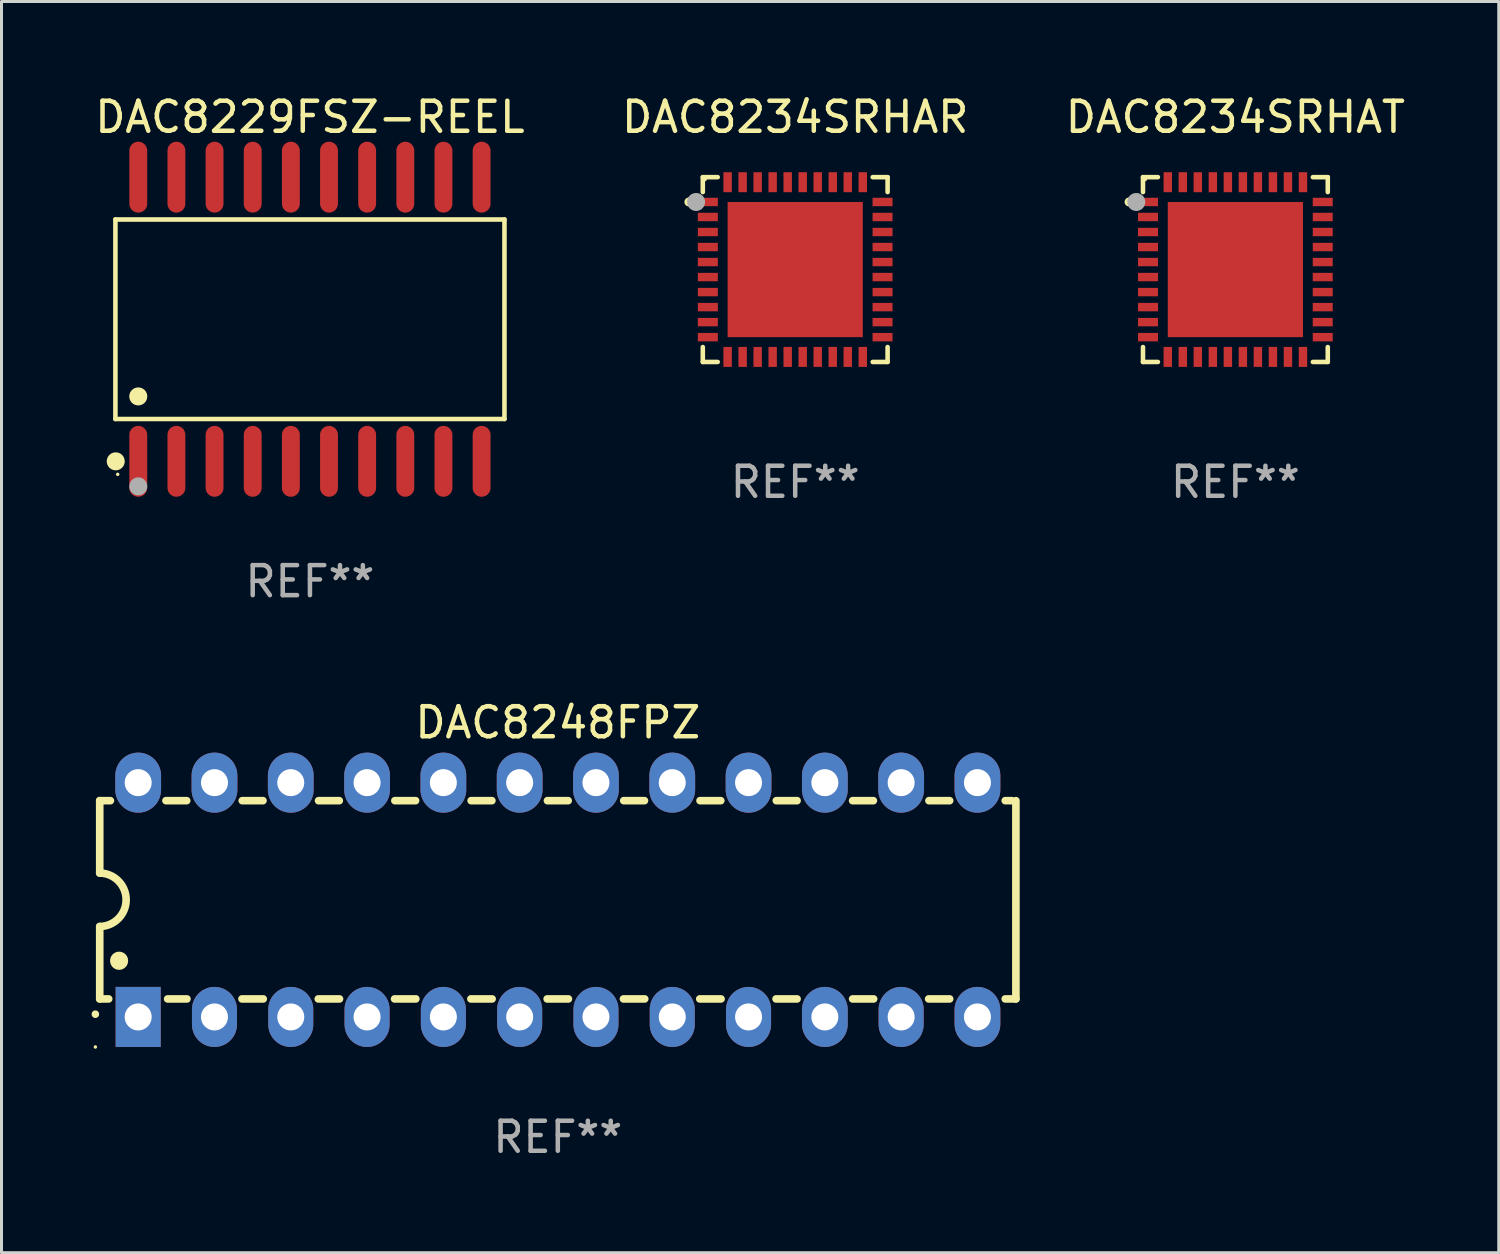
<source format=kicad_pcb>
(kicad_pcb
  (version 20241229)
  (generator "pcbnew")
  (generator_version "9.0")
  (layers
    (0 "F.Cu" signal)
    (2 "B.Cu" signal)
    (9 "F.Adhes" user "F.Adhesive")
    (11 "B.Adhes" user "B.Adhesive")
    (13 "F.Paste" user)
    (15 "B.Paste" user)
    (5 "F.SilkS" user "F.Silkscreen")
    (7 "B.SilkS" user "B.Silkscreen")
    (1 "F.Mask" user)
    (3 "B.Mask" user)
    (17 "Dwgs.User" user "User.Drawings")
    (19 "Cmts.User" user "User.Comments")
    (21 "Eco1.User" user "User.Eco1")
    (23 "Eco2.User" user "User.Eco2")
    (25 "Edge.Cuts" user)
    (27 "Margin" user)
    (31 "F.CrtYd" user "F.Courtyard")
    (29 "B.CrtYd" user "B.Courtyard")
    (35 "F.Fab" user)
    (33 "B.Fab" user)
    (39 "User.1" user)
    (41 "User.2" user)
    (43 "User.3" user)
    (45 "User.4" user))
  (footprint "DAC8229FSZ-REEL"
    (layer "F.Cu")
    (at 7.268 7.578)
    (property "Reference" "DAC8229FSZ-REEL" (at 0 -6.73 0) (layer "F.SilkS") (effects (font (size 1 1) (thickness 0.15))))
    (attr through_hole)
    (fp_line (start -6.476 -3.321) (end 6.476 -3.321) (stroke (width 0.152) (type solid)) (layer "F.SilkS"))
    (fp_line (start -6.476 3.321) (end -6.476 -3.321) (stroke (width 0.152) (type solid)) (layer "F.SilkS"))
    (fp_line (start 6.476 -3.321) (end 6.476 3.321) (stroke (width 0.152) (type solid)) (layer "F.SilkS"))
    (fp_line (start 6.476 3.321) (end -6.476 3.321) (stroke (width 0.152) (type solid)) (layer "F.SilkS"))
    (fp_circle (center -6.465 4.73) (end -6.315 4.73) (stroke (width 0.3) (type solid)) (fill no) (layer "F.SilkS"))
    (fp_circle (center -6.4 5.163) (end -6.37 5.163) (stroke (width 0.06) (type solid)) (fill no) (layer "F.SilkS"))
    (fp_circle (center -5.715 2.569) (end -5.565 2.569) (stroke (width 0.3) (type solid)) (fill no) (layer "F.SilkS"))
    (fp_circle (center -5.715 5.563) (end -5.565 5.563) (stroke (width 0.3) (type solid)) (fill no) (layer "F.Fab"))
    (fp_text user "REF**" (at 0 8.73 0) (layer "F.Fab") (effects (font (size 1 1) (thickness 0.15))))
    (pad "1" smd oval (at -5.715 4.73) (size 0.595 2.36) (layers "F.Cu" "F.Mask" "F.Paste"))
    (pad "2" smd oval (at -4.445 4.73) (size 0.595 2.36) (layers "F.Cu" "F.Mask" "F.Paste"))
    (pad "3" smd oval (at -3.175 4.73) (size 0.595 2.36) (layers "F.Cu" "F.Mask" "F.Paste"))
    (pad "4" smd oval (at -1.905 4.73) (size 0.595 2.36) (layers "F.Cu" "F.Mask" "F.Paste"))
    (pad "5" smd oval (at -0.635 4.73) (size 0.595 2.36) (layers "F.Cu" "F.Mask" "F.Paste"))
    (pad "6" smd oval (at 0.635 4.73) (size 0.595 2.36) (layers "F.Cu" "F.Mask" "F.Paste"))
    (pad "7" smd oval (at 1.905 4.73) (size 0.595 2.36) (layers "F.Cu" "F.Mask" "F.Paste"))
    (pad "8" smd oval (at 3.175 4.73) (size 0.595 2.36) (layers "F.Cu" "F.Mask" "F.Paste"))
    (pad "9" smd oval (at 4.445 4.73) (size 0.595 2.36) (layers "F.Cu" "F.Mask" "F.Paste"))
    (pad "10" smd oval (at 5.715 4.73) (size 0.595 2.36) (layers "F.Cu" "F.Mask" "F.Paste"))
    (pad "11" smd oval (at 5.715 -4.73) (size 0.595 2.36) (layers "F.Cu" "F.Mask" "F.Paste"))
    (pad "12" smd oval (at 4.445 -4.73) (size 0.595 2.36) (layers "F.Cu" "F.Mask" "F.Paste"))
    (pad "13" smd oval (at 3.175 -4.73) (size 0.595 2.36) (layers "F.Cu" "F.Mask" "F.Paste"))
    (pad "14" smd oval (at 1.905 -4.73) (size 0.595 2.36) (layers "F.Cu" "F.Mask" "F.Paste"))
    (pad "15" smd oval (at 0.635 -4.73) (size 0.595 2.36) (layers "F.Cu" "F.Mask" "F.Paste"))
    (pad "16" smd oval (at -0.635 -4.73) (size 0.595 2.36) (layers "F.Cu" "F.Mask" "F.Paste"))
    (pad "17" smd oval (at -1.905 -4.73) (size 0.595 2.36) (layers "F.Cu" "F.Mask" "F.Paste"))
    (pad "18" smd oval (at -3.175 -4.73) (size 0.595 2.36) (layers "F.Cu" "F.Mask" "F.Paste"))
    (pad "19" smd oval (at -4.445 -4.73) (size 0.595 2.36) (layers "F.Cu" "F.Mask" "F.Paste"))
    (pad "20" smd oval (at -5.715 -4.73) (size 0.595 2.36) (layers "F.Cu" "F.Mask" "F.Paste")))
  (footprint "DAC8234SRHAR"
    (layer "F.Cu")
    (at 23.423 5.924)
    (property "Reference" "DAC8234SRHAR" (at 0 -5.076 0) (layer "F.SilkS") (effects (font (size 1 1) (thickness 0.15))))
    (attr through_hole)
    (fp_line (start -3.076 -3.076) (end -3.076 -2.58) (stroke (width 0.152) (type solid)) (layer "F.SilkS"))
    (fp_line (start -3.076 3.076) (end -3.076 2.58) (stroke (width 0.152) (type solid)) (layer "F.SilkS"))
    (fp_line (start -2.58 -3.076) (end -3.076 -3.076) (stroke (width 0.152) (type solid)) (layer "F.SilkS"))
    (fp_line (start -2.58 3.076) (end -3.076 3.076) (stroke (width 0.152) (type solid)) (layer "F.SilkS"))
    (fp_line (start 2.58 -3.076) (end 3.076 -3.076) (stroke (width 0.152) (type solid)) (layer "F.SilkS"))
    (fp_line (start 2.58 3.076) (end 3.076 3.076) (stroke (width 0.152) (type solid)) (layer "F.SilkS"))
    (fp_line (start 3.076 -3.076) (end 3.076 -2.58) (stroke (width 0.152) (type solid)) (layer "F.SilkS"))
    (fp_line (start 3.076 3.076) (end 3.076 2.58) (stroke (width 0.152) (type solid)) (layer "F.SilkS"))
    (fp_circle (center -3.54 -2.25) (end -3.465 -2.25) (stroke (width 0.15) (type solid)) (fill no) (layer "F.SilkS"))
    (fp_circle (center -3 -3) (end -2.97 -3) (stroke (width 0.06) (type solid)) (fill no) (layer "F.SilkS"))
    (fp_circle (center -3.3 -2.25) (end -3.15 -2.25) (stroke (width 0.3) (type solid)) (fill no) (layer "F.Fab"))
    (fp_text user "REF**" (at 0 7.076 0) (layer "F.Fab") (effects (font (size 1 1) (thickness 0.15))))
    (pad "1" smd rect (at -2.908 -2.25) (size 0.665 0.28) (layers "F.Cu" "F.Mask" "F.Paste"))
    (pad "2" smd rect (at -2.908 -1.75) (size 0.665 0.28) (layers "F.Cu" "F.Mask" "F.Paste"))
    (pad "3" smd rect (at -2.908 -1.25) (size 0.665 0.28) (layers "F.Cu" "F.Mask" "F.Paste"))
    (pad "4" smd rect (at -2.908 -0.75) (size 0.665 0.28) (layers "F.Cu" "F.Mask" "F.Paste"))
    (pad "5" smd rect (at -2.908 -0.25) (size 0.665 0.28) (layers "F.Cu" "F.Mask" "F.Paste"))
    (pad "6" smd rect (at -2.908 0.25) (size 0.665 0.28) (layers "F.Cu" "F.Mask" "F.Paste"))
    (pad "7" smd rect (at -2.908 0.75) (size 0.665 0.28) (layers "F.Cu" "F.Mask" "F.Paste"))
    (pad "8" smd rect (at -2.908 1.25) (size 0.665 0.28) (layers "F.Cu" "F.Mask" "F.Paste"))
    (pad "9" smd rect (at -2.908 1.75) (size 0.665 0.28) (layers "F.Cu" "F.Mask" "F.Paste"))
    (pad "10" smd rect (at -2.908 2.25) (size 0.665 0.28) (layers "F.Cu" "F.Mask" "F.Paste"))
    (pad "11" smd rect (at -2.25 2.908) (size 0.28 0.665) (layers "F.Cu" "F.Mask" "F.Paste"))
    (pad "12" smd rect (at -1.75 2.908) (size 0.28 0.665) (layers "F.Cu" "F.Mask" "F.Paste"))
    (pad "13" smd rect (at -1.25 2.908) (size 0.28 0.665) (layers "F.Cu" "F.Mask" "F.Paste"))
    (pad "14" smd rect (at -0.75 2.908) (size 0.28 0.665) (layers "F.Cu" "F.Mask" "F.Paste"))
    (pad "15" smd rect (at -0.25 2.908) (size 0.28 0.665) (layers "F.Cu" "F.Mask" "F.Paste"))
    (pad "16" smd rect (at 0.25 2.908) (size 0.28 0.665) (layers "F.Cu" "F.Mask" "F.Paste"))
    (pad "17" smd rect (at 0.75 2.908) (size 0.28 0.665) (layers "F.Cu" "F.Mask" "F.Paste"))
    (pad "18" smd rect (at 1.25 2.908) (size 0.28 0.665) (layers "F.Cu" "F.Mask" "F.Paste"))
    (pad "19" smd rect (at 1.75 2.908) (size 0.28 0.665) (layers "F.Cu" "F.Mask" "F.Paste"))
    (pad "20" smd rect (at 2.25 2.908) (size 0.28 0.665) (layers "F.Cu" "F.Mask" "F.Paste"))
    (pad "21" smd rect (at 2.908 2.25) (size 0.665 0.28) (layers "F.Cu" "F.Mask" "F.Paste"))
    (pad "22" smd rect (at 2.908 1.75) (size 0.665 0.28) (layers "F.Cu" "F.Mask" "F.Paste"))
    (pad "23" smd rect (at 2.908 1.25) (size 0.665 0.28) (layers "F.Cu" "F.Mask" "F.Paste"))
    (pad "24" smd rect (at 2.908 0.75) (size 0.665 0.28) (layers "F.Cu" "F.Mask" "F.Paste"))
    (pad "25" smd rect (at 2.908 0.25) (size 0.665 0.28) (layers "F.Cu" "F.Mask" "F.Paste"))
    (pad "26" smd rect (at 2.908 -0.25) (size 0.665 0.28) (layers "F.Cu" "F.Mask" "F.Paste"))
    (pad "27" smd rect (at 2.908 -0.75) (size 0.665 0.28) (layers "F.Cu" "F.Mask" "F.Paste"))
    (pad "28" smd rect (at 2.908 -1.25) (size 0.665 0.28) (layers "F.Cu" "F.Mask" "F.Paste"))
    (pad "29" smd rect (at 2.908 -1.75) (size 0.665 0.28) (layers "F.Cu" "F.Mask" "F.Paste"))
    (pad "30" smd rect (at 2.908 -2.25) (size 0.665 0.28) (layers "F.Cu" "F.Mask" "F.Paste"))
    (pad "31" smd rect (at 2.25 -2.908) (size 0.28 0.665) (layers "F.Cu" "F.Mask" "F.Paste"))
    (pad "32" smd rect (at 1.75 -2.908) (size 0.28 0.665) (layers "F.Cu" "F.Mask" "F.Paste"))
    (pad "33" smd rect (at 1.25 -2.908) (size 0.28 0.665) (layers "F.Cu" "F.Mask" "F.Paste"))
    (pad "34" smd rect (at 0.75 -2.908) (size 0.28 0.665) (layers "F.Cu" "F.Mask" "F.Paste"))
    (pad "35" smd rect (at 0.25 -2.908) (size 0.28 0.665) (layers "F.Cu" "F.Mask" "F.Paste"))
    (pad "36" smd rect (at -0.25 -2.908) (size 0.28 0.665) (layers "F.Cu" "F.Mask" "F.Paste"))
    (pad "37" smd rect (at -0.75 -2.908) (size 0.28 0.665) (layers "F.Cu" "F.Mask" "F.Paste"))
    (pad "38" smd rect (at -1.25 -2.908) (size 0.28 0.665) (layers "F.Cu" "F.Mask" "F.Paste"))
    (pad "39" smd rect (at -1.75 -2.908) (size 0.28 0.665) (layers "F.Cu" "F.Mask" "F.Paste"))
    (pad "40" smd rect (at -2.25 -2.908) (size 0.28 0.665) (layers "F.Cu" "F.Mask" "F.Paste"))
    (pad "41" smd rect (at 0 0) (size 4.5 4.5) (layers "F.Cu" "F.Mask" "F.Paste")))
  (footprint "DAC8248FPZ"
    (layer "F.Cu")
    (at 15.52 26.905)
    (property "Reference" "DAC8248FPZ" (at 0 -5.9 0) (layer "F.SilkS") (effects (font (size 1 1) (thickness 0.15))))
    (attr through_hole)
    (fp_line (start -15.25 -3.3) (end -15.25 -0.889) (stroke (width 0.254) (type solid)) (layer "F.SilkS"))
    (fp_line (start -15.25 -3.3) (end -14.895 -3.3) (stroke (width 0.254) (type solid)) (layer "F.SilkS"))
    (fp_line (start -15.25 3.3) (end -15.25 0.889) (stroke (width 0.254) (type solid)) (layer "F.SilkS"))
    (fp_line (start -15.25 3.3) (end -14.951 3.3) (stroke (width 0.254) (type solid)) (layer "F.SilkS"))
    (fp_line (start -13.045 -3.3) (end -12.355 -3.3) (stroke (width 0.254) (type solid)) (layer "F.SilkS"))
    (fp_line (start -12.989 3.3) (end -12.347 3.3) (stroke (width 0.254) (type solid)) (layer "F.SilkS"))
    (fp_line (start -10.514 3.3) (end -9.807 3.3) (stroke (width 0.254) (type solid)) (layer "F.SilkS"))
    (fp_line (start -10.505 -3.3) (end -9.815 -3.3) (stroke (width 0.254) (type solid)) (layer "F.SilkS"))
    (fp_line (start -7.974 3.3) (end -7.267 3.3) (stroke (width 0.254) (type solid)) (layer "F.SilkS"))
    (fp_line (start -7.965 -3.3) (end -7.275 -3.3) (stroke (width 0.254) (type solid)) (layer "F.SilkS"))
    (fp_line (start -5.434 3.3) (end -4.727 3.3) (stroke (width 0.254) (type solid)) (layer "F.SilkS"))
    (fp_line (start -5.425 -3.3) (end -4.735 -3.3) (stroke (width 0.254) (type solid)) (layer "F.SilkS"))
    (fp_line (start -2.894 3.3) (end -2.187 3.3) (stroke (width 0.254) (type solid)) (layer "F.SilkS"))
    (fp_line (start -2.885 -3.3) (end -2.195 -3.3) (stroke (width 0.254) (type solid)) (layer "F.SilkS"))
    (fp_line (start -0.354 3.3) (end 0.353 3.3) (stroke (width 0.254) (type solid)) (layer "F.SilkS"))
    (fp_line (start -0.345 -3.3) (end 0.345 -3.3) (stroke (width 0.254) (type solid)) (layer "F.SilkS"))
    (fp_line (start 2.186 3.3) (end 2.893 3.3) (stroke (width 0.254) (type solid)) (layer "F.SilkS"))
    (fp_line (start 2.195 -3.3) (end 2.885 -3.3) (stroke (width 0.254) (type solid)) (layer "F.SilkS"))
    (fp_line (start 4.726 3.3) (end 5.434 3.3) (stroke (width 0.254) (type solid)) (layer "F.SilkS"))
    (fp_line (start 4.735 -3.3) (end 5.425 -3.3) (stroke (width 0.254) (type solid)) (layer "F.SilkS"))
    (fp_line (start 7.266 3.3) (end 7.965 3.3) (stroke (width 0.254) (type solid)) (layer "F.SilkS"))
    (fp_line (start 7.275 -3.3) (end 7.965 -3.3) (stroke (width 0.254) (type solid)) (layer "F.SilkS"))
    (fp_line (start 9.815 -3.3) (end 10.505 -3.3) (stroke (width 0.254) (type solid)) (layer "F.SilkS"))
    (fp_line (start 9.815 3.3) (end 10.514 3.3) (stroke (width 0.254) (type solid)) (layer "F.SilkS"))
    (fp_line (start 12.346 3.3) (end 13.045 3.3) (stroke (width 0.254) (type solid)) (layer "F.SilkS"))
    (fp_line (start 12.355 -3.3) (end 13.045 -3.3) (stroke (width 0.254) (type solid)) (layer "F.SilkS"))
    (fp_line (start 14.895 -3.3) (end 15.113 -3.3) (stroke (width 0.254) (type solid)) (layer "F.SilkS"))
    (fp_line (start 14.895 3.3) (end 15.25 3.3) (stroke (width 0.254) (type solid)) (layer "F.SilkS"))
    (fp_line (start 15.25 -3.3) (end 15.25 3.3) (stroke (width 0.254) (type solid)) (layer "F.SilkS"))
    (fp_arc (start -15.394971 3.810033) (mid -15.394978 3.808763) (end -15.394971 3.807493) (stroke (width 0.25) (type solid)) (layer "F.SilkS"))
    (fp_arc (start -15.251053 -0.890146) (mid -14.361467 -0.001067) (end -15.250038 0.889027) (stroke (width 0.254001) (type solid)) (layer "F.SilkS"))
    (fp_arc (start -14.605029 2.032029) (mid -14.60504 2.029489) (end -14.605029 2.026949) (stroke (width 0.6) (type solid)) (layer "F.SilkS"))
    (fp_circle (center -15.395 4.9) (end -15.365 4.9) (stroke (width 0.06) (type solid)) (fill no) (layer "F.SilkS"))
    (fp_text user "REF**" (at 0 7.9 0) (layer "F.Fab") (effects (font (size 1 1) (thickness 0.15))))
    (pad "1" thru_hole rect (at -13.97 3.9 90) (size 2 1.5) (drill 0.9) (layers "*.Cu" "*.Mask"))
    (pad "2" thru_hole oval (at -11.43 3.9 90) (size 2 1.5) (drill 0.9) (layers "*.Cu" "*.Mask"))
    (pad "3" thru_hole oval (at -8.89 3.9 90) (size 2 1.5) (drill 0.9) (layers "*.Cu" "*.Mask"))
    (pad "4" thru_hole oval (at -6.35 3.9 90) (size 2 1.5) (drill 0.9) (layers "*.Cu" "*.Mask"))
    (pad "5" thru_hole oval (at -3.81 3.9 90) (size 2 1.5) (drill 0.9) (layers "*.Cu" "*.Mask"))
    (pad "6" thru_hole oval (at -1.27 3.9 90) (size 2 1.5) (drill 0.9) (layers "*.Cu" "*.Mask"))
    (pad "7" thru_hole oval (at 1.27 3.9 90) (size 2 1.5) (drill 0.9) (layers "*.Cu" "*.Mask"))
    (pad "8" thru_hole oval (at 3.81 3.9 90) (size 2 1.5) (drill 0.9) (layers "*.Cu" "*.Mask"))
    (pad "9" thru_hole oval (at 6.35 3.9 90) (size 2 1.5) (drill 0.9) (layers "*.Cu" "*.Mask"))
    (pad "10" thru_hole oval (at 8.89 3.9 90) (size 2 1.524) (drill 0.9) (layers "*.Cu" "*.Mask"))
    (pad "11" thru_hole oval (at 11.43 3.9 90) (size 2 1.5) (drill 0.9) (layers "*.Cu" "*.Mask"))
    (pad "12" thru_hole oval (at 13.97 3.9 90) (size 2 1.524) (drill 0.9) (layers "*.Cu" "*.Mask"))
    (pad "13" thru_hole oval (at 13.97 -3.9 90) (size 2 1.524) (drill 0.9) (layers "*.Cu" "*.Mask"))
    (pad "14" thru_hole oval (at 11.43 -3.9 90) (size 2 1.524) (drill 0.9) (layers "*.Cu" "*.Mask"))
    (pad "15" thru_hole oval (at 8.89 -3.9 90) (size 2 1.524) (drill 0.9) (layers "*.Cu" "*.Mask"))
    (pad "16" thru_hole oval (at 6.35 -3.9 90) (size 2 1.524) (drill 0.9) (layers "*.Cu" "*.Mask"))
    (pad "17" thru_hole oval (at 3.81 -3.9 90) (size 2 1.524) (drill 0.9) (layers "*.Cu" "*.Mask"))
    (pad "18" thru_hole oval (at 1.27 -3.9 90) (size 2 1.524) (drill 0.9) (layers "*.Cu" "*.Mask"))
    (pad "19" thru_hole oval (at -1.27 -3.9 90) (size 2 1.524) (drill 0.9) (layers "*.Cu" "*.Mask"))
    (pad "20" thru_hole oval (at -3.81 -3.9 90) (size 2 1.524) (drill 0.9) (layers "*.Cu" "*.Mask"))
    (pad "21" thru_hole oval (at -6.35 -3.9 90) (size 2 1.524) (drill 0.9) (layers "*.Cu" "*.Mask"))
    (pad "22" thru_hole oval (at -8.89 -3.9 90) (size 2 1.524) (drill 0.9) (layers "*.Cu" "*.Mask"))
    (pad "23" thru_hole oval (at -11.43 -3.9 90) (size 2 1.524) (drill 0.9) (layers "*.Cu" "*.Mask"))
    (pad "24" thru_hole oval (at -13.97 -3.9 90) (size 2 1.524) (drill 0.9) (layers "*.Cu" "*.Mask")))
  (footprint "DAC8234SRHAT"
    (layer "F.Cu")
    (at 38.077 5.924)
    (property "Reference" "DAC8234SRHAT" (at 0 -5.076 0) (layer "F.SilkS") (effects (font (size 1 1) (thickness 0.15))))
    (attr through_hole)
    (fp_line (start -3.076 -3.076) (end -3.076 -2.58) (stroke (width 0.152) (type solid)) (layer "F.SilkS"))
    (fp_line (start -3.076 3.076) (end -3.076 2.58) (stroke (width 0.152) (type solid)) (layer "F.SilkS"))
    (fp_line (start -2.58 -3.076) (end -3.076 -3.076) (stroke (width 0.152) (type solid)) (layer "F.SilkS"))
    (fp_line (start -2.58 3.076) (end -3.076 3.076) (stroke (width 0.152) (type solid)) (layer "F.SilkS"))
    (fp_line (start 2.58 -3.076) (end 3.076 -3.076) (stroke (width 0.152) (type solid)) (layer "F.SilkS"))
    (fp_line (start 2.58 3.076) (end 3.076 3.076) (stroke (width 0.152) (type solid)) (layer "F.SilkS"))
    (fp_line (start 3.076 -3.076) (end 3.076 -2.58) (stroke (width 0.152) (type solid)) (layer "F.SilkS"))
    (fp_line (start 3.076 3.076) (end 3.076 2.58) (stroke (width 0.152) (type solid)) (layer "F.SilkS"))
    (fp_circle (center -3.54 -2.25) (end -3.465 -2.25) (stroke (width 0.15) (type solid)) (fill no) (layer "F.SilkS"))
    (fp_circle (center -3 -3) (end -2.97 -3) (stroke (width 0.06) (type solid)) (fill no) (layer "F.SilkS"))
    (fp_circle (center -3.3 -2.25) (end -3.15 -2.25) (stroke (width 0.3) (type solid)) (fill no) (layer "F.Fab"))
    (fp_text user "REF**" (at 0 7.076 0) (layer "F.Fab") (effects (font (size 1 1) (thickness 0.15))))
    (pad "1" smd rect (at -2.908 -2.25) (size 0.665 0.28) (layers "F.Cu" "F.Mask" "F.Paste"))
    (pad "2" smd rect (at -2.908 -1.75) (size 0.665 0.28) (layers "F.Cu" "F.Mask" "F.Paste"))
    (pad "3" smd rect (at -2.908 -1.25) (size 0.665 0.28) (layers "F.Cu" "F.Mask" "F.Paste"))
    (pad "4" smd rect (at -2.908 -0.75) (size 0.665 0.28) (layers "F.Cu" "F.Mask" "F.Paste"))
    (pad "5" smd rect (at -2.908 -0.25) (size 0.665 0.28) (layers "F.Cu" "F.Mask" "F.Paste"))
    (pad "6" smd rect (at -2.908 0.25) (size 0.665 0.28) (layers "F.Cu" "F.Mask" "F.Paste"))
    (pad "7" smd rect (at -2.908 0.75) (size 0.665 0.28) (layers "F.Cu" "F.Mask" "F.Paste"))
    (pad "8" smd rect (at -2.908 1.25) (size 0.665 0.28) (layers "F.Cu" "F.Mask" "F.Paste"))
    (pad "9" smd rect (at -2.908 1.75) (size 0.665 0.28) (layers "F.Cu" "F.Mask" "F.Paste"))
    (pad "10" smd rect (at -2.908 2.25) (size 0.665 0.28) (layers "F.Cu" "F.Mask" "F.Paste"))
    (pad "11" smd rect (at -2.25 2.908) (size 0.28 0.665) (layers "F.Cu" "F.Mask" "F.Paste"))
    (pad "12" smd rect (at -1.75 2.908) (size 0.28 0.665) (layers "F.Cu" "F.Mask" "F.Paste"))
    (pad "13" smd rect (at -1.25 2.908) (size 0.28 0.665) (layers "F.Cu" "F.Mask" "F.Paste"))
    (pad "14" smd rect (at -0.75 2.908) (size 0.28 0.665) (layers "F.Cu" "F.Mask" "F.Paste"))
    (pad "15" smd rect (at -0.25 2.908) (size 0.28 0.665) (layers "F.Cu" "F.Mask" "F.Paste"))
    (pad "16" smd rect (at 0.25 2.908) (size 0.28 0.665) (layers "F.Cu" "F.Mask" "F.Paste"))
    (pad "17" smd rect (at 0.75 2.908) (size 0.28 0.665) (layers "F.Cu" "F.Mask" "F.Paste"))
    (pad "18" smd rect (at 1.25 2.908) (size 0.28 0.665) (layers "F.Cu" "F.Mask" "F.Paste"))
    (pad "19" smd rect (at 1.75 2.908) (size 0.28 0.665) (layers "F.Cu" "F.Mask" "F.Paste"))
    (pad "20" smd rect (at 2.25 2.908) (size 0.28 0.665) (layers "F.Cu" "F.Mask" "F.Paste"))
    (pad "21" smd rect (at 2.908 2.25) (size 0.665 0.28) (layers "F.Cu" "F.Mask" "F.Paste"))
    (pad "22" smd rect (at 2.908 1.75) (size 0.665 0.28) (layers "F.Cu" "F.Mask" "F.Paste"))
    (pad "23" smd rect (at 2.908 1.25) (size 0.665 0.28) (layers "F.Cu" "F.Mask" "F.Paste"))
    (pad "24" smd rect (at 2.908 0.75) (size 0.665 0.28) (layers "F.Cu" "F.Mask" "F.Paste"))
    (pad "25" smd rect (at 2.908 0.25) (size 0.665 0.28) (layers "F.Cu" "F.Mask" "F.Paste"))
    (pad "26" smd rect (at 2.908 -0.25) (size 0.665 0.28) (layers "F.Cu" "F.Mask" "F.Paste"))
    (pad "27" smd rect (at 2.908 -0.75) (size 0.665 0.28) (layers "F.Cu" "F.Mask" "F.Paste"))
    (pad "28" smd rect (at 2.908 -1.25) (size 0.665 0.28) (layers "F.Cu" "F.Mask" "F.Paste"))
    (pad "29" smd rect (at 2.908 -1.75) (size 0.665 0.28) (layers "F.Cu" "F.Mask" "F.Paste"))
    (pad "30" smd rect (at 2.908 -2.25) (size 0.665 0.28) (layers "F.Cu" "F.Mask" "F.Paste"))
    (pad "31" smd rect (at 2.25 -2.908) (size 0.28 0.665) (layers "F.Cu" "F.Mask" "F.Paste"))
    (pad "32" smd rect (at 1.75 -2.908) (size 0.28 0.665) (layers "F.Cu" "F.Mask" "F.Paste"))
    (pad "33" smd rect (at 1.25 -2.908) (size 0.28 0.665) (layers "F.Cu" "F.Mask" "F.Paste"))
    (pad "34" smd rect (at 0.75 -2.908) (size 0.28 0.665) (layers "F.Cu" "F.Mask" "F.Paste"))
    (pad "35" smd rect (at 0.25 -2.908) (size 0.28 0.665) (layers "F.Cu" "F.Mask" "F.Paste"))
    (pad "36" smd rect (at -0.25 -2.908) (size 0.28 0.665) (layers "F.Cu" "F.Mask" "F.Paste"))
    (pad "37" smd rect (at -0.75 -2.908) (size 0.28 0.665) (layers "F.Cu" "F.Mask" "F.Paste"))
    (pad "38" smd rect (at -1.25 -2.908) (size 0.28 0.665) (layers "F.Cu" "F.Mask" "F.Paste"))
    (pad "39" smd rect (at -1.75 -2.908) (size 0.28 0.665) (layers "F.Cu" "F.Mask" "F.Paste"))
    (pad "40" smd rect (at -2.25 -2.908) (size 0.28 0.665) (layers "F.Cu" "F.Mask" "F.Paste"))
    (pad "41" smd rect (at 0 0) (size 4.5 4.5) (layers "F.Cu" "F.Mask" "F.Paste")))
  (gr_rect
    (start -3 -3)
    (end 46.845 38.653)
    (stroke (width 0.1) (type default))
    (fill no)
    (layer "Edge.Cuts")))
</source>
